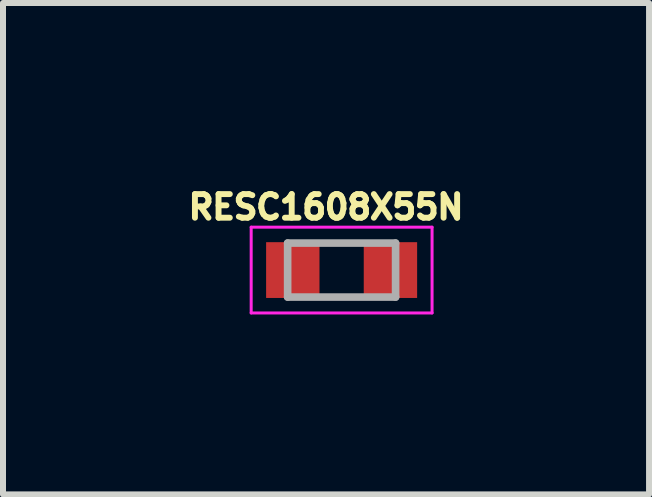
<source format=kicad_pcb>
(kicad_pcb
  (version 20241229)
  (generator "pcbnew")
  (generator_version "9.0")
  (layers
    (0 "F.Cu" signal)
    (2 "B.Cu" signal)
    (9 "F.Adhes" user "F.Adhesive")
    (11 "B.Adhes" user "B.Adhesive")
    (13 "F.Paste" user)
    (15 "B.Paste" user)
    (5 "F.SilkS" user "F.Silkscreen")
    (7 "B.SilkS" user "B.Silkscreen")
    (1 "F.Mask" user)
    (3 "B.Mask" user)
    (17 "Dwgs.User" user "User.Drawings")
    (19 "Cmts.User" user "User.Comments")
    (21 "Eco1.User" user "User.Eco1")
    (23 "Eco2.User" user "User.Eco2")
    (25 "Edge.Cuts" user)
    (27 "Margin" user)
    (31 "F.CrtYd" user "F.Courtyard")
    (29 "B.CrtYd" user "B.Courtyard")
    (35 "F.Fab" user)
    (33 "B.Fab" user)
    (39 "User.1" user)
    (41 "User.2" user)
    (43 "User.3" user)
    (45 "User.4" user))
  (footprint "RESC1608X55N"
    (layer "F.Cu")
    (at 2.646 1.453)
    (property "Reference" "RESC1608X55N" (at -0.26 -1.05 0) (layer "F.SilkS") (effects (font (size 0.394 0.394) (thickness 0.15))))
    (attr smd)
    (fp_line (start -1.508 -0.715) (end 1.508 -0.715) (stroke (width 0.05) (type solid)) (layer "F.CrtYd"))
    (fp_line (start -1.508 0.715) (end -1.508 -0.715) (stroke (width 0.05) (type solid)) (layer "F.CrtYd"))
    (fp_line (start -1.508 0.715) (end 1.508 0.715) (stroke (width 0.05) (type solid)) (layer "F.CrtYd"))
    (fp_line (start 1.508 0.715) (end 1.508 -0.715) (stroke (width 0.05) (type solid)) (layer "F.CrtYd"))
    (fp_line (start -0.9 0.45) (end -0.9 -0.45) (stroke (width 0.127) (type solid)) (layer "F.Fab"))
    (fp_line (start 0.9 -0.45) (end -0.9 -0.45) (stroke (width 0.127) (type solid)) (layer "F.Fab"))
    (fp_line (start 0.9 0.45) (end -0.9 0.45) (stroke (width 0.127) (type solid)) (layer "F.Fab"))
    (fp_line (start 0.9 0.45) (end 0.9 -0.45) (stroke (width 0.127) (type solid)) (layer "F.Fab"))
    (pad "1" smd rect (at -0.814 0) (size 0.89 0.93) (layers "F.Cu" "F.Mask" "F.Paste"))
    (pad "2" smd rect (at 0.814 0) (size 0.89 0.93) (layers "F.Cu" "F.Mask" "F.Paste")))
  (gr_rect
    (start -3 -3)
    (end 7.772 5.193)
    (stroke (width 0.1) (type default))
    (fill no)
    (layer "Edge.Cuts")))
</source>
